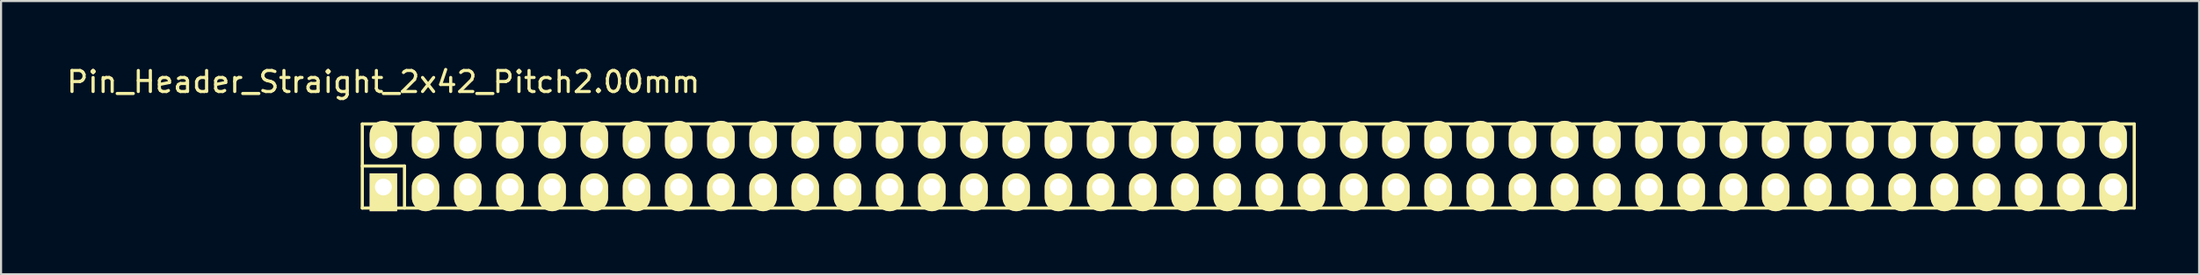
<source format=kicad_pcb>
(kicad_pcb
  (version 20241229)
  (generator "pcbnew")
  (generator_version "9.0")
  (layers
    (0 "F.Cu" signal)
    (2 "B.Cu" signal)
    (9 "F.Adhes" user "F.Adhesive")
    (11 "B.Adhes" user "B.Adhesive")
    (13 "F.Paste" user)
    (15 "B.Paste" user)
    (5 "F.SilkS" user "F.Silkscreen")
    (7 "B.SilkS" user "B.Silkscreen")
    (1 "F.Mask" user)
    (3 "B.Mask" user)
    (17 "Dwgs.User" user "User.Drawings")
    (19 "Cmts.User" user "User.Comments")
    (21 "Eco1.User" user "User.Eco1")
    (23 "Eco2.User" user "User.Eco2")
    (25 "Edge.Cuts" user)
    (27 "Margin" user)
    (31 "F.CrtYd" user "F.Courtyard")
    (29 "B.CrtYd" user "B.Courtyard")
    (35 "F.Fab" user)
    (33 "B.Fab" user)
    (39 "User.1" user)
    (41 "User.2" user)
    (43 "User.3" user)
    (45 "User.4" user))
  (footprint "Pin_Header_Straight_2x42_Pitch2.00mm"
    (layer "F.Cu")
    (at 15.125 5.848)
    (property "Reference" "Pin_Header_Straight_2x42_Pitch2.00mm" (at 0 -5 0) (layer "F.SilkS") (effects (font (size 1 1) (thickness 0.15))))
    (attr through_hole)
    (fp_line (start -1 -3) (end 83 -3) (stroke (width 0.15) (type solid)) (layer "F.SilkS"))
    (fp_line (start -1 -1) (end 1 -1) (stroke (width 0.15) (type solid)) (layer "F.SilkS"))
    (fp_line (start -1 1) (end -1 -3) (stroke (width 0.15) (type solid)) (layer "F.SilkS"))
    (fp_line (start 1 -1) (end 1 1) (stroke (width 0.15) (type solid)) (layer "F.SilkS"))
    (fp_line (start 83 -3) (end 83 1) (stroke (width 0.15) (type solid)) (layer "F.SilkS"))
    (fp_line (start 83 1) (end -1 1) (stroke (width 0.15) (type solid)) (layer "F.SilkS"))
    (pad "1" thru_hole rect (at 0 0) (size 1.3 1.8) (drill 0.8 (offset 0 0.25)) (layers "*.Cu" "*.Mask" "F.SilkS"))
    (pad "2" thru_hole oval (at 0 -2) (size 1.3 1.8) (drill 0.8 (offset 0 -0.25)) (layers "*.Cu" "*.Mask" "F.SilkS"))
    (pad "3" thru_hole oval (at 2 0) (size 1.3 1.8) (drill 0.8 (offset 0 0.25)) (layers "*.Cu" "*.Mask" "F.SilkS"))
    (pad "4" thru_hole oval (at 2 -2) (size 1.3 1.8) (drill 0.8 (offset 0 -0.25)) (layers "*.Cu" "*.Mask" "F.SilkS"))
    (pad "5" thru_hole oval (at 4 0) (size 1.3 1.8) (drill 0.8 (offset 0 0.25)) (layers "*.Cu" "*.Mask" "F.SilkS"))
    (pad "6" thru_hole oval (at 4 -2) (size 1.3 1.8) (drill 0.8 (offset 0 -0.25)) (layers "*.Cu" "*.Mask" "F.SilkS"))
    (pad "7" thru_hole oval (at 6 0) (size 1.3 1.8) (drill 0.8 (offset 0 0.25)) (layers "*.Cu" "*.Mask" "F.SilkS"))
    (pad "8" thru_hole oval (at 6 -2) (size 1.3 1.8) (drill 0.8 (offset 0 -0.25)) (layers "*.Cu" "*.Mask" "F.SilkS"))
    (pad "9" thru_hole oval (at 8 0) (size 1.3 1.8) (drill 0.8 (offset 0 0.25)) (layers "*.Cu" "*.Mask" "F.SilkS"))
    (pad "10" thru_hole oval (at 8 -2) (size 1.3 1.8) (drill 0.8 (offset 0 -0.25)) (layers "*.Cu" "*.Mask" "F.SilkS"))
    (pad "11" thru_hole oval (at 10 0) (size 1.3 1.8) (drill 0.8 (offset 0 0.25)) (layers "*.Cu" "*.Mask" "F.SilkS"))
    (pad "12" thru_hole oval (at 10 -2) (size 1.3 1.8) (drill 0.8 (offset 0 -0.25)) (layers "*.Cu" "*.Mask" "F.SilkS"))
    (pad "13" thru_hole oval (at 12 0) (size 1.3 1.8) (drill 0.8 (offset 0 0.25)) (layers "*.Cu" "*.Mask" "F.SilkS"))
    (pad "14" thru_hole oval (at 12 -2) (size 1.3 1.8) (drill 0.8 (offset 0 -0.25)) (layers "*.Cu" "*.Mask" "F.SilkS"))
    (pad "15" thru_hole oval (at 14 0) (size 1.3 1.8) (drill 0.8 (offset 0 0.25)) (layers "*.Cu" "*.Mask" "F.SilkS"))
    (pad "16" thru_hole oval (at 14 -2) (size 1.3 1.8) (drill 0.8 (offset 0 -0.25)) (layers "*.Cu" "*.Mask" "F.SilkS"))
    (pad "17" thru_hole oval (at 16 0) (size 1.3 1.8) (drill 0.8 (offset 0 0.25)) (layers "*.Cu" "*.Mask" "F.SilkS"))
    (pad "18" thru_hole oval (at 16 -2) (size 1.3 1.8) (drill 0.8 (offset 0 -0.25)) (layers "*.Cu" "*.Mask" "F.SilkS"))
    (pad "19" thru_hole oval (at 18 0) (size 1.3 1.8) (drill 0.8 (offset 0 0.25)) (layers "*.Cu" "*.Mask" "F.SilkS"))
    (pad "20" thru_hole oval (at 18 -2) (size 1.3 1.8) (drill 0.8 (offset 0 -0.25)) (layers "*.Cu" "*.Mask" "F.SilkS"))
    (pad "21" thru_hole oval (at 20 0) (size 1.3 1.8) (drill 0.8 (offset 0 0.25)) (layers "*.Cu" "*.Mask" "F.SilkS"))
    (pad "22" thru_hole oval (at 20 -2) (size 1.3 1.8) (drill 0.8 (offset 0 -0.25)) (layers "*.Cu" "*.Mask" "F.SilkS"))
    (pad "23" thru_hole oval (at 22 0) (size 1.3 1.8) (drill 0.8 (offset 0 0.25)) (layers "*.Cu" "*.Mask" "F.SilkS"))
    (pad "24" thru_hole oval (at 22 -2) (size 1.3 1.8) (drill 0.8 (offset 0 -0.25)) (layers "*.Cu" "*.Mask" "F.SilkS"))
    (pad "25" thru_hole oval (at 24 0) (size 1.3 1.8) (drill 0.8 (offset 0 0.25)) (layers "*.Cu" "*.Mask" "F.SilkS"))
    (pad "26" thru_hole oval (at 24 -2) (size 1.3 1.8) (drill 0.8 (offset 0 -0.25)) (layers "*.Cu" "*.Mask" "F.SilkS"))
    (pad "27" thru_hole oval (at 26 0) (size 1.3 1.8) (drill 0.8 (offset 0 0.25)) (layers "*.Cu" "*.Mask" "F.SilkS"))
    (pad "28" thru_hole oval (at 26 -2) (size 1.3 1.8) (drill 0.8 (offset 0 -0.25)) (layers "*.Cu" "*.Mask" "F.SilkS"))
    (pad "29" thru_hole oval (at 28 0) (size 1.3 1.8) (drill 0.8 (offset 0 0.25)) (layers "*.Cu" "*.Mask" "F.SilkS"))
    (pad "30" thru_hole oval (at 28 -2) (size 1.3 1.8) (drill 0.8 (offset 0 -0.25)) (layers "*.Cu" "*.Mask" "F.SilkS"))
    (pad "31" thru_hole oval (at 30 0) (size 1.3 1.8) (drill 0.8 (offset 0 0.25)) (layers "*.Cu" "*.Mask" "F.SilkS"))
    (pad "32" thru_hole oval (at 30 -2) (size 1.3 1.8) (drill 0.8 (offset 0 -0.25)) (layers "*.Cu" "*.Mask" "F.SilkS"))
    (pad "33" thru_hole oval (at 32 0) (size 1.3 1.8) (drill 0.8 (offset 0 0.25)) (layers "*.Cu" "*.Mask" "F.SilkS"))
    (pad "34" thru_hole oval (at 32 -2) (size 1.3 1.8) (drill 0.8 (offset 0 -0.25)) (layers "*.Cu" "*.Mask" "F.SilkS"))
    (pad "35" thru_hole oval (at 34 0) (size 1.3 1.8) (drill 0.8 (offset 0 0.25)) (layers "*.Cu" "*.Mask" "F.SilkS"))
    (pad "36" thru_hole oval (at 34 -2) (size 1.3 1.8) (drill 0.8 (offset 0 -0.25)) (layers "*.Cu" "*.Mask" "F.SilkS"))
    (pad "37" thru_hole oval (at 36 0) (size 1.3 1.8) (drill 0.8 (offset 0 0.25)) (layers "*.Cu" "*.Mask" "F.SilkS"))
    (pad "38" thru_hole oval (at 36 -2) (size 1.3 1.8) (drill 0.8 (offset 0 -0.25)) (layers "*.Cu" "*.Mask" "F.SilkS"))
    (pad "39" thru_hole oval (at 38 0) (size 1.3 1.8) (drill 0.8 (offset 0 0.25)) (layers "*.Cu" "*.Mask" "F.SilkS"))
    (pad "40" thru_hole oval (at 38 -2) (size 1.3 1.8) (drill 0.8 (offset 0 -0.25)) (layers "*.Cu" "*.Mask" "F.SilkS"))
    (pad "41" thru_hole oval (at 40 0) (size 1.3 1.8) (drill 0.8 (offset 0 0.25)) (layers "*.Cu" "*.Mask" "F.SilkS"))
    (pad "42" thru_hole oval (at 40 -2) (size 1.3 1.8) (drill 0.8 (offset 0 -0.25)) (layers "*.Cu" "*.Mask" "F.SilkS"))
    (pad "43" thru_hole oval (at 42 0) (size 1.3 1.8) (drill 0.8 (offset 0 0.25)) (layers "*.Cu" "*.Mask" "F.SilkS"))
    (pad "44" thru_hole oval (at 42 -2) (size 1.3 1.8) (drill 0.8 (offset 0 -0.25)) (layers "*.Cu" "*.Mask" "F.SilkS"))
    (pad "45" thru_hole oval (at 44 0) (size 1.3 1.8) (drill 0.8 (offset 0 0.25)) (layers "*.Cu" "*.Mask" "F.SilkS"))
    (pad "46" thru_hole oval (at 44 -2) (size 1.3 1.8) (drill 0.8 (offset 0 -0.25)) (layers "*.Cu" "*.Mask" "F.SilkS"))
    (pad "47" thru_hole oval (at 46 0) (size 1.3 1.8) (drill 0.8 (offset 0 0.25)) (layers "*.Cu" "*.Mask" "F.SilkS"))
    (pad "48" thru_hole oval (at 46 -2) (size 1.3 1.8) (drill 0.8 (offset 0 -0.25)) (layers "*.Cu" "*.Mask" "F.SilkS"))
    (pad "49" thru_hole oval (at 48 0) (size 1.3 1.8) (drill 0.8 (offset 0 0.25)) (layers "*.Cu" "*.Mask" "F.SilkS"))
    (pad "50" thru_hole oval (at 48 -2) (size 1.3 1.8) (drill 0.8 (offset 0 -0.25)) (layers "*.Cu" "*.Mask" "F.SilkS"))
    (pad "51" thru_hole oval (at 50 0) (size 1.3 1.8) (drill 0.8 (offset 0 0.25)) (layers "*.Cu" "*.Mask" "F.SilkS"))
    (pad "52" thru_hole oval (at 50 -2) (size 1.3 1.8) (drill 0.8 (offset 0 -0.25)) (layers "*.Cu" "*.Mask" "F.SilkS"))
    (pad "53" thru_hole oval (at 52 0) (size 1.3 1.8) (drill 0.8 (offset 0 0.25)) (layers "*.Cu" "*.Mask" "F.SilkS"))
    (pad "54" thru_hole oval (at 52 -2) (size 1.3 1.8) (drill 0.8 (offset 0 -0.25)) (layers "*.Cu" "*.Mask" "F.SilkS"))
    (pad "55" thru_hole oval (at 54 0) (size 1.3 1.8) (drill 0.8 (offset 0 0.25)) (layers "*.Cu" "*.Mask" "F.SilkS"))
    (pad "56" thru_hole oval (at 54 -2) (size 1.3 1.8) (drill 0.8 (offset 0 -0.25)) (layers "*.Cu" "*.Mask" "F.SilkS"))
    (pad "57" thru_hole oval (at 56 0) (size 1.3 1.8) (drill 0.8 (offset 0 0.25)) (layers "*.Cu" "*.Mask" "F.SilkS"))
    (pad "58" thru_hole oval (at 56 -2) (size 1.3 1.8) (drill 0.8 (offset 0 -0.25)) (layers "*.Cu" "*.Mask" "F.SilkS"))
    (pad "59" thru_hole oval (at 58 0) (size 1.3 1.8) (drill 0.8 (offset 0 0.25)) (layers "*.Cu" "*.Mask" "F.SilkS"))
    (pad "60" thru_hole oval (at 58 -2) (size 1.3 1.8) (drill 0.8 (offset 0 -0.25)) (layers "*.Cu" "*.Mask" "F.SilkS"))
    (pad "61" thru_hole oval (at 60 0) (size 1.3 1.8) (drill 0.8 (offset 0 0.25)) (layers "*.Cu" "*.Mask" "F.SilkS"))
    (pad "62" thru_hole oval (at 60 -2) (size 1.3 1.8) (drill 0.8 (offset 0 -0.25)) (layers "*.Cu" "*.Mask" "F.SilkS"))
    (pad "63" thru_hole oval (at 62 0) (size 1.3 1.8) (drill 0.8 (offset 0 0.25)) (layers "*.Cu" "*.Mask" "F.SilkS"))
    (pad "64" thru_hole oval (at 62 -2) (size 1.3 1.8) (drill 0.8 (offset 0 -0.25)) (layers "*.Cu" "*.Mask" "F.SilkS"))
    (pad "65" thru_hole oval (at 64 0) (size 1.3 1.8) (drill 0.8 (offset 0 0.25)) (layers "*.Cu" "*.Mask" "F.SilkS"))
    (pad "66" thru_hole oval (at 64 -2) (size 1.3 1.8) (drill 0.8 (offset 0 -0.25)) (layers "*.Cu" "*.Mask" "F.SilkS"))
    (pad "67" thru_hole oval (at 66 0) (size 1.3 1.8) (drill 0.8 (offset 0 0.25)) (layers "*.Cu" "*.Mask" "F.SilkS"))
    (pad "68" thru_hole oval (at 66 -2) (size 1.3 1.8) (drill 0.8 (offset 0 -0.25)) (layers "*.Cu" "*.Mask" "F.SilkS"))
    (pad "69" thru_hole oval (at 68 0) (size 1.3 1.8) (drill 0.8 (offset 0 0.25)) (layers "*.Cu" "*.Mask" "F.SilkS"))
    (pad "70" thru_hole oval (at 68 -2) (size 1.3 1.8) (drill 0.8 (offset 0 -0.25)) (layers "*.Cu" "*.Mask" "F.SilkS"))
    (pad "71" thru_hole oval (at 70 0) (size 1.3 1.8) (drill 0.8 (offset 0 0.25)) (layers "*.Cu" "*.Mask" "F.SilkS"))
    (pad "72" thru_hole oval (at 70 -2) (size 1.3 1.8) (drill 0.8 (offset 0 -0.25)) (layers "*.Cu" "*.Mask" "F.SilkS"))
    (pad "73" thru_hole oval (at 72 0) (size 1.3 1.8) (drill 0.8 (offset 0 0.25)) (layers "*.Cu" "*.Mask" "F.SilkS"))
    (pad "74" thru_hole oval (at 72 -2) (size 1.3 1.8) (drill 0.8 (offset 0 -0.25)) (layers "*.Cu" "*.Mask" "F.SilkS"))
    (pad "75" thru_hole oval (at 74 0) (size 1.3 1.8) (drill 0.8 (offset 0 0.25)) (layers "*.Cu" "*.Mask" "F.SilkS"))
    (pad "76" thru_hole oval (at 74 -2) (size 1.3 1.8) (drill 0.8 (offset 0 -0.25)) (layers "*.Cu" "*.Mask" "F.SilkS"))
    (pad "77" thru_hole oval (at 76 0) (size 1.3 1.8) (drill 0.8 (offset 0 0.25)) (layers "*.Cu" "*.Mask" "F.SilkS"))
    (pad "78" thru_hole oval (at 76 -2) (size 1.3 1.8) (drill 0.8 (offset 0 -0.25)) (layers "*.Cu" "*.Mask" "F.SilkS"))
    (pad "79" thru_hole oval (at 78 0) (size 1.3 1.8) (drill 0.8 (offset 0 0.25)) (layers "*.Cu" "*.Mask" "F.SilkS"))
    (pad "80" thru_hole oval (at 78 -2) (size 1.3 1.8) (drill 0.8 (offset 0 -0.25)) (layers "*.Cu" "*.Mask" "F.SilkS"))
    (pad "81" thru_hole oval (at 80 0) (size 1.3 1.8) (drill 0.8 (offset 0 0.25)) (layers "*.Cu" "*.Mask" "F.SilkS"))
    (pad "82" thru_hole oval (at 80 -2) (size 1.3 1.8) (drill 0.8 (offset 0 -0.25)) (layers "*.Cu" "*.Mask" "F.SilkS"))
    (pad "83" thru_hole oval (at 82 0) (size 1.3 1.8) (drill 0.8 (offset 0 0.25)) (layers "*.Cu" "*.Mask" "F.SilkS"))
    (pad "84" thru_hole oval (at 82 -2) (size 1.3 1.8) (drill 0.8 (offset 0 -0.25)) (layers "*.Cu" "*.Mask" "F.SilkS")))
  (gr_rect
    (start -3 -3)
    (end 101.2 9.998)
    (stroke (width 0.1) (type default))
    (fill no)
    (layer "Edge.Cuts")))
</source>
